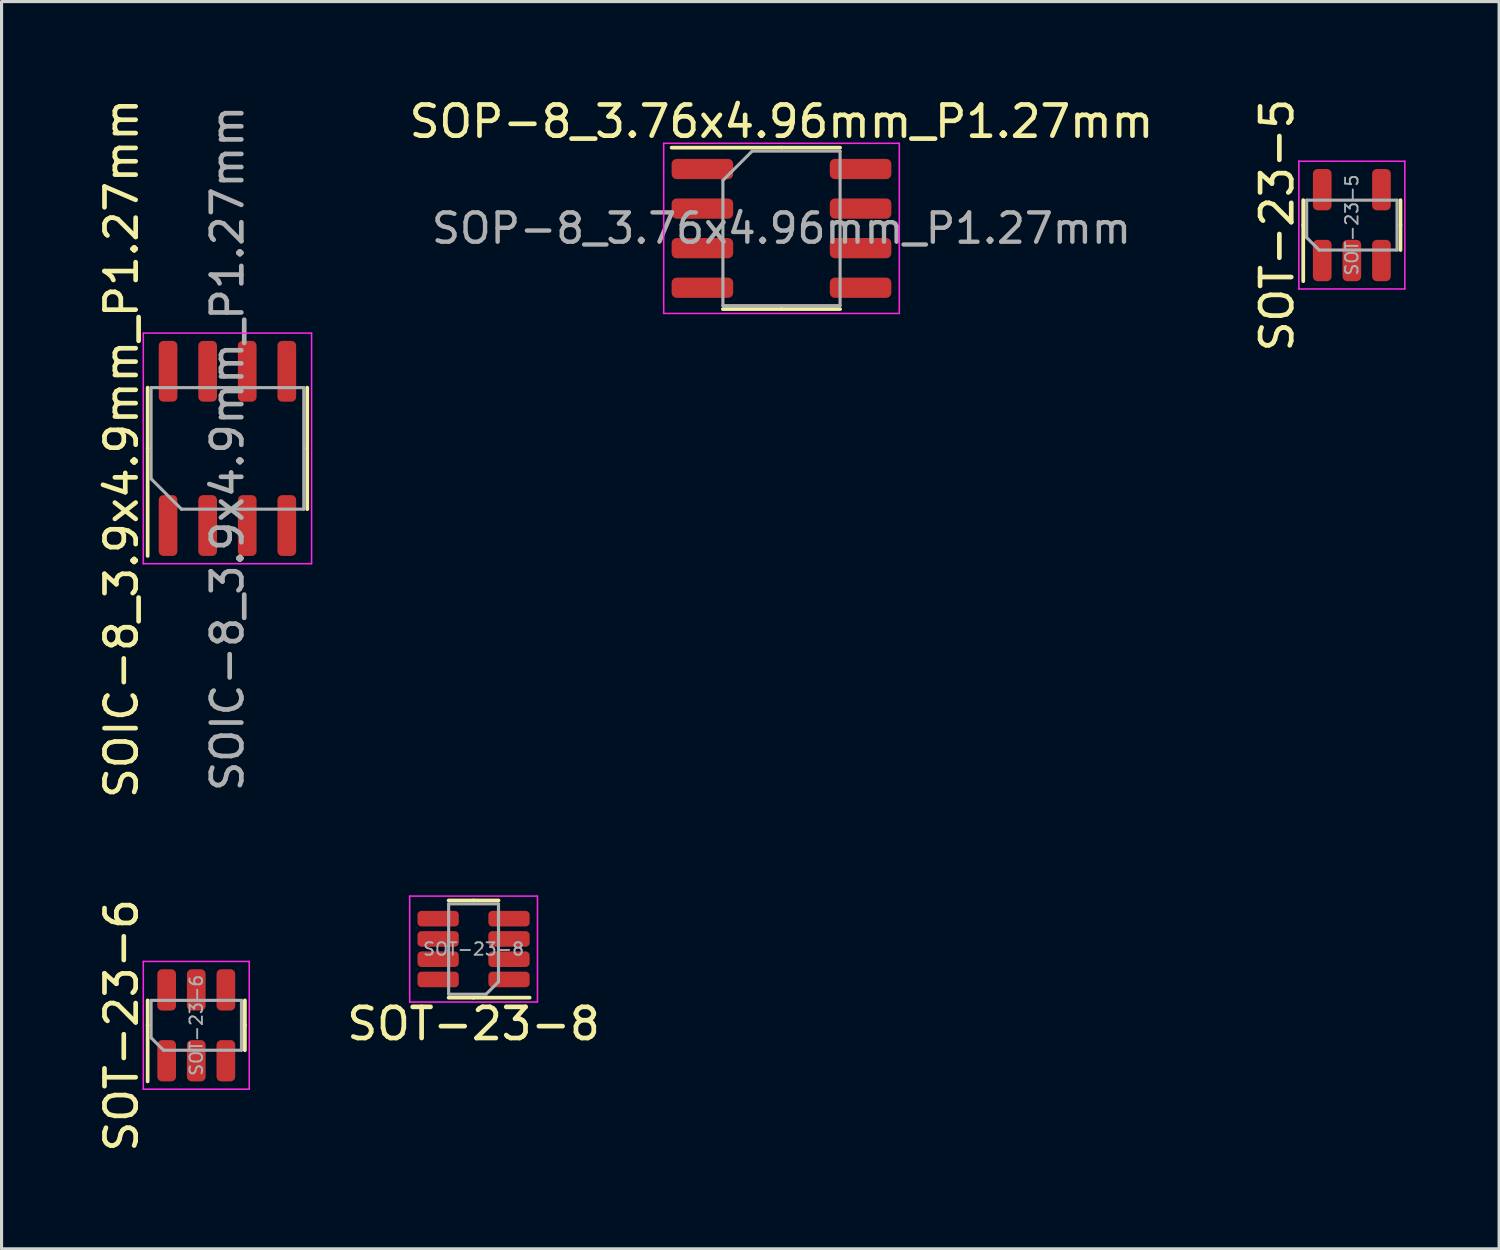
<source format=kicad_pcb>
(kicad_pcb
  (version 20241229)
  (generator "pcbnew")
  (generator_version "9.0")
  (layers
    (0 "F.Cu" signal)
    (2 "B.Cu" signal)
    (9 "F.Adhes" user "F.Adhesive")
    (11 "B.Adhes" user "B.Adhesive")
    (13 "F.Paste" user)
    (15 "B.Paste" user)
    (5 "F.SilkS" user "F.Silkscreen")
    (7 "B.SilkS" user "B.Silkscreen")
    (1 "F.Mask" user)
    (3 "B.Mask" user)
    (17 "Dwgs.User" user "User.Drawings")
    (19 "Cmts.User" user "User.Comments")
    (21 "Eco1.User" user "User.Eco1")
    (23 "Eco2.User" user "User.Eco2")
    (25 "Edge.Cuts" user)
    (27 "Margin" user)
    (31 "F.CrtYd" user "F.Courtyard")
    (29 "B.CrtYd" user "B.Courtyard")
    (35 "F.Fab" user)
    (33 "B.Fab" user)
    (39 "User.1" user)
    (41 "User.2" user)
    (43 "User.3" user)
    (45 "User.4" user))
  (footprint "SOT-23-5"
    (layer "F.Cu")
    (at 40.329 4.173)
    (property "Reference" "SOT-23-5" (at -2.4 0 90) (layer "F.SilkS") (effects (font (size 1 1) (thickness 0.15))))
    (attr smd)
    (fp_line (start -1.56 0) (end -1.56 -0.8) (stroke (width 0.12) (type solid)) (layer "F.SilkS"))
    (fp_line (start -1.56 0) (end -1.56 1.8) (stroke (width 0.12) (type solid)) (layer "F.SilkS"))
    (fp_line (start 1.56 0) (end 1.56 -0.8) (stroke (width 0.12) (type solid)) (layer "F.SilkS"))
    (fp_line (start 1.56 0) (end 1.56 0.8) (stroke (width 0.12) (type solid)) (layer "F.SilkS"))
    (fp_line (start -1.7 -2.05) (end -1.7 2.05) (stroke (width 0.05) (type solid)) (layer "F.CrtYd"))
    (fp_line (start -1.7 2.05) (end 1.7 2.05) (stroke (width 0.05) (type solid)) (layer "F.CrtYd"))
    (fp_line (start 1.7 -2.05) (end -1.7 -2.05) (stroke (width 0.05) (type solid)) (layer "F.CrtYd"))
    (fp_line (start 1.7 2.05) (end 1.7 -2.05) (stroke (width 0.05) (type solid)) (layer "F.CrtYd"))
    (fp_line (start -1.45 -0.8) (end 1.45 -0.8) (stroke (width 0.1) (type solid)) (layer "F.Fab"))
    (fp_line (start -1.45 0.4) (end -1.45 -0.8) (stroke (width 0.1) (type solid)) (layer "F.Fab"))
    (fp_line (start -1.05 0.8) (end -1.45 0.4) (stroke (width 0.1) (type solid)) (layer "F.Fab"))
    (fp_line (start 1.45 -0.8) (end 1.45 0.8) (stroke (width 0.1) (type solid)) (layer "F.Fab"))
    (fp_line (start 1.45 0.8) (end -1.05 0.8) (stroke (width 0.1) (type solid)) (layer "F.Fab"))
    (fp_text user "${REFERENCE}" (at 0 0 90) (layer "F.Fab") (effects (font (size 0.4 0.4) (thickness 0.06))))
    (pad "1" smd roundrect (at -0.95 1.137 90) (size 1.325 0.6) (layers "F.Cu" "F.Mask" "F.Paste") (roundrect_rratio 0.25))
    (pad "2" smd roundrect (at 0 1.137 90) (size 1.325 0.6) (layers "F.Cu" "F.Mask" "F.Paste") (roundrect_rratio 0.25))
    (pad "3" smd roundrect (at 0.95 1.137 90) (size 1.325 0.6) (layers "F.Cu" "F.Mask" "F.Paste") (roundrect_rratio 0.25))
    (pad "4" smd roundrect (at 0.95 -1.137 90) (size 1.325 0.6) (layers "F.Cu" "F.Mask" "F.Paste") (roundrect_rratio 0.25))
    (pad "5" smd roundrect (at -0.95 -1.137 90) (size 1.325 0.6) (layers "F.Cu" "F.Mask" "F.Paste") (roundrect_rratio 0.25)))
  (footprint "SOT-23-6"
    (layer "F.Cu")
    (at 3.248 29.851)
    (property "Reference" "SOT-23-6" (at -2.4 0 90) (layer "F.SilkS") (effects (font (size 1 1) (thickness 0.15))))
    (attr smd)
    (fp_line (start -1.56 0) (end -1.56 -0.8) (stroke (width 0.12) (type solid)) (layer "F.SilkS"))
    (fp_line (start -1.56 0) (end -1.56 1.8) (stroke (width 0.12) (type solid)) (layer "F.SilkS"))
    (fp_line (start 1.56 0) (end 1.56 -0.8) (stroke (width 0.12) (type solid)) (layer "F.SilkS"))
    (fp_line (start 1.56 0) (end 1.56 0.8) (stroke (width 0.12) (type solid)) (layer "F.SilkS"))
    (fp_line (start -1.7 -2.05) (end -1.7 2.05) (stroke (width 0.05) (type solid)) (layer "F.CrtYd"))
    (fp_line (start -1.7 2.05) (end 1.7 2.05) (stroke (width 0.05) (type solid)) (layer "F.CrtYd"))
    (fp_line (start 1.7 -2.05) (end -1.7 -2.05) (stroke (width 0.05) (type solid)) (layer "F.CrtYd"))
    (fp_line (start 1.7 2.05) (end 1.7 -2.05) (stroke (width 0.05) (type solid)) (layer "F.CrtYd"))
    (fp_line (start -1.45 -0.8) (end 1.45 -0.8) (stroke (width 0.1) (type solid)) (layer "F.Fab"))
    (fp_line (start -1.45 0.4) (end -1.45 -0.8) (stroke (width 0.1) (type solid)) (layer "F.Fab"))
    (fp_line (start -1.05 0.8) (end -1.45 0.4) (stroke (width 0.1) (type solid)) (layer "F.Fab"))
    (fp_line (start 1.45 -0.8) (end 1.45 0.8) (stroke (width 0.1) (type solid)) (layer "F.Fab"))
    (fp_line (start 1.45 0.8) (end -1.05 0.8) (stroke (width 0.1) (type solid)) (layer "F.Fab"))
    (fp_text user "${REFERENCE}" (at 0 0 90) (layer "F.Fab") (effects (font (size 0.4 0.4) (thickness 0.06))))
    (pad "1" smd roundrect (at -0.95 1.137 90) (size 1.325 0.6) (layers "F.Cu" "F.Mask" "F.Paste") (roundrect_rratio 0.25))
    (pad "2" smd roundrect (at 0 1.137 90) (size 1.325 0.6) (layers "F.Cu" "F.Mask" "F.Paste") (roundrect_rratio 0.25))
    (pad "3" smd roundrect (at 0.95 1.137 90) (size 1.325 0.6) (layers "F.Cu" "F.Mask" "F.Paste") (roundrect_rratio 0.25))
    (pad "4" smd roundrect (at 0.95 -1.137 90) (size 1.325 0.6) (layers "F.Cu" "F.Mask" "F.Paste") (roundrect_rratio 0.25))
    (pad "5" smd roundrect (at 0 -1.137 90) (size 1.325 0.6) (layers "F.Cu" "F.Mask" "F.Paste") (roundrect_rratio 0.25))
    (pad "6" smd roundrect (at -0.95 -1.137 90) (size 1.325 0.6) (layers "F.Cu" "F.Mask" "F.Paste") (roundrect_rratio 0.25)))
  (footprint "SOIC-8_3.9x4.9mm_P1.27mm"
    (layer "F.Cu")
    (at 4.248 11.339)
    (property "Reference" "SOIC-8_3.9x4.9mm_P1.27mm" (at -3.4 0 90) (layer "F.SilkS") (effects (font (size 1 1) (thickness 0.15))))
    (attr smd)
    (fp_line (start -2.56 0) (end -2.56 -1.95) (stroke (width 0.12) (type solid)) (layer "F.SilkS"))
    (fp_line (start -2.56 0) (end -2.56 3.45) (stroke (width 0.12) (type solid)) (layer "F.SilkS"))
    (fp_line (start 2.56 0) (end 2.56 -1.95) (stroke (width 0.12) (type solid)) (layer "F.SilkS"))
    (fp_line (start 2.56 0) (end 2.56 1.95) (stroke (width 0.12) (type solid)) (layer "F.SilkS"))
    (fp_line (start -2.7 -3.7) (end -2.7 3.7) (stroke (width 0.05) (type solid)) (layer "F.CrtYd"))
    (fp_line (start -2.7 3.7) (end 2.7 3.7) (stroke (width 0.05) (type solid)) (layer "F.CrtYd"))
    (fp_line (start 2.7 -3.7) (end -2.7 -3.7) (stroke (width 0.05) (type solid)) (layer "F.CrtYd"))
    (fp_line (start 2.7 3.7) (end 2.7 -3.7) (stroke (width 0.05) (type solid)) (layer "F.CrtYd"))
    (fp_line (start -2.45 -1.95) (end 2.45 -1.95) (stroke (width 0.1) (type solid)) (layer "F.Fab"))
    (fp_line (start -2.45 0.975) (end -2.45 -1.95) (stroke (width 0.1) (type solid)) (layer "F.Fab"))
    (fp_line (start -1.475 1.95) (end -2.45 0.975) (stroke (width 0.1) (type solid)) (layer "F.Fab"))
    (fp_line (start 2.45 -1.95) (end 2.45 1.95) (stroke (width 0.1) (type solid)) (layer "F.Fab"))
    (fp_line (start 2.45 1.95) (end -1.475 1.95) (stroke (width 0.1) (type solid)) (layer "F.Fab"))
    (fp_text user "${REFERENCE}" (at 0 0 90) (layer "F.Fab") (effects (font (size 0.98 0.98) (thickness 0.15))))
    (pad "1" smd roundrect (at -1.905 2.475 90) (size 1.95 0.6) (layers "F.Cu" "F.Mask" "F.Paste") (roundrect_rratio 0.25))
    (pad "2" smd roundrect (at -0.635 2.475 90) (size 1.95 0.6) (layers "F.Cu" "F.Mask" "F.Paste") (roundrect_rratio 0.25))
    (pad "3" smd roundrect (at 0.635 2.475 90) (size 1.95 0.6) (layers "F.Cu" "F.Mask" "F.Paste") (roundrect_rratio 0.25))
    (pad "4" smd roundrect (at 1.905 2.475 90) (size 1.95 0.6) (layers "F.Cu" "F.Mask" "F.Paste") (roundrect_rratio 0.25))
    (pad "5" smd roundrect (at 1.905 -2.475 90) (size 1.95 0.6) (layers "F.Cu" "F.Mask" "F.Paste") (roundrect_rratio 0.25))
    (pad "6" smd roundrect (at 0.635 -2.475 90) (size 1.95 0.6) (layers "F.Cu" "F.Mask" "F.Paste") (roundrect_rratio 0.25))
    (pad "7" smd roundrect (at -0.635 -2.475 90) (size 1.95 0.6) (layers "F.Cu" "F.Mask" "F.Paste") (roundrect_rratio 0.25))
    (pad "8" smd roundrect (at -1.905 -2.475 90) (size 1.95 0.6) (layers "F.Cu" "F.Mask" "F.Paste") (roundrect_rratio 0.25)))
  (footprint "SOT-23-8"
    (layer "F.Cu")
    (at 12.146 27.404)
    (property "Reference" "SOT-23-8" (at 0 2.4 180) (layer "F.SilkS") (effects (font (size 1 1) (thickness 0.15))))
    (attr smd)
    (fp_line (start 0 -1.56) (end -0.8 -1.56) (stroke (width 0.12) (type solid)) (layer "F.SilkS"))
    (fp_line (start 0 -1.56) (end 0.8 -1.56) (stroke (width 0.12) (type solid)) (layer "F.SilkS"))
    (fp_line (start 0 1.56) (end -0.8 1.56) (stroke (width 0.12) (type solid)) (layer "F.SilkS"))
    (fp_line (start 0 1.56) (end 1.8 1.56) (stroke (width 0.12) (type solid)) (layer "F.SilkS"))
    (fp_line (start -2.05 -1.7) (end -2.05 1.7) (stroke (width 0.05) (type solid)) (layer "F.CrtYd"))
    (fp_line (start -2.05 1.7) (end 2.05 1.7) (stroke (width 0.05) (type solid)) (layer "F.CrtYd"))
    (fp_line (start 2.05 -1.7) (end -2.05 -1.7) (stroke (width 0.05) (type solid)) (layer "F.CrtYd"))
    (fp_line (start 2.05 1.7) (end 2.05 -1.7) (stroke (width 0.05) (type solid)) (layer "F.CrtYd"))
    (fp_line (start -0.8 -1.45) (end 0.8 -1.45) (stroke (width 0.1) (type solid)) (layer "F.Fab"))
    (fp_line (start -0.8 1.45) (end -0.8 -1.45) (stroke (width 0.1) (type solid)) (layer "F.Fab"))
    (fp_line (start 0.4 1.45) (end -0.8 1.45) (stroke (width 0.1) (type solid)) (layer "F.Fab"))
    (fp_line (start 0.8 -1.45) (end 0.8 1.05) (stroke (width 0.1) (type solid)) (layer "F.Fab"))
    (fp_line (start 0.8 1.05) (end 0.4 1.45) (stroke (width 0.1) (type solid)) (layer "F.Fab"))
    (fp_text user "${REFERENCE}" (at 0 0 180) (layer "F.Fab") (effects (font (size 0.4 0.4) (thickness 0.06))))
    (pad "1" smd roundrect (at 1.137 0.975 180) (size 1.325 0.5) (layers "F.Cu" "F.Mask" "F.Paste") (roundrect_rratio 0.25))
    (pad "2" smd roundrect (at 1.137 0.325 180) (size 1.325 0.5) (layers "F.Cu" "F.Mask" "F.Paste") (roundrect_rratio 0.25))
    (pad "3" smd roundrect (at 1.137 -0.325 180) (size 1.325 0.5) (layers "F.Cu" "F.Mask" "F.Paste") (roundrect_rratio 0.25))
    (pad "4" smd roundrect (at 1.137 -0.975 180) (size 1.325 0.5) (layers "F.Cu" "F.Mask" "F.Paste") (roundrect_rratio 0.25))
    (pad "5" smd roundrect (at -1.137 -0.975 180) (size 1.325 0.5) (layers "F.Cu" "F.Mask" "F.Paste") (roundrect_rratio 0.25))
    (pad "6" smd roundrect (at -1.137 -0.325 180) (size 1.325 0.5) (layers "F.Cu" "F.Mask" "F.Paste") (roundrect_rratio 0.25))
    (pad "7" smd roundrect (at -1.137 0.325 180) (size 1.325 0.5) (layers "F.Cu" "F.Mask" "F.Paste") (roundrect_rratio 0.25))
    (pad "8" smd roundrect (at -1.137 0.975 180) (size 1.325 0.5) (layers "F.Cu" "F.Mask" "F.Paste") (roundrect_rratio 0.25)))
  (footprint "SOP-8_3.76x4.96mm_P1.27mm"
    (layer "F.Cu")
    (at 22.027 4.278)
    (property "Reference" "SOP-8_3.76x4.96mm_P1.27mm" (at 0 -3.43 0) (layer "F.SilkS") (effects (font (size 1 1) (thickness 0.15))))
    (attr smd)
    (fp_line (start 0 -2.59) (end -3.525 -2.59) (stroke (width 0.12) (type solid)) (layer "F.SilkS"))
    (fp_line (start 0 -2.59) (end 1.88 -2.59) (stroke (width 0.12) (type solid)) (layer "F.SilkS"))
    (fp_line (start 0 2.59) (end -1.88 2.59) (stroke (width 0.12) (type solid)) (layer "F.SilkS"))
    (fp_line (start 0 2.59) (end 1.88 2.59) (stroke (width 0.12) (type solid)) (layer "F.SilkS"))
    (fp_line (start -3.78 -2.73) (end -3.78 2.73) (stroke (width 0.05) (type solid)) (layer "F.CrtYd"))
    (fp_line (start -3.78 2.73) (end 3.78 2.73) (stroke (width 0.05) (type solid)) (layer "F.CrtYd"))
    (fp_line (start 3.78 -2.73) (end -3.78 -2.73) (stroke (width 0.05) (type solid)) (layer "F.CrtYd"))
    (fp_line (start 3.78 2.73) (end 3.78 -2.73) (stroke (width 0.05) (type solid)) (layer "F.CrtYd"))
    (fp_line (start -1.88 -1.54) (end -0.94 -2.48) (stroke (width 0.1) (type solid)) (layer "F.Fab"))
    (fp_line (start -1.88 2.48) (end -1.88 -1.54) (stroke (width 0.1) (type solid)) (layer "F.Fab"))
    (fp_line (start -0.94 -2.48) (end 1.88 -2.48) (stroke (width 0.1) (type solid)) (layer "F.Fab"))
    (fp_line (start 1.88 -2.48) (end 1.88 2.48) (stroke (width 0.1) (type solid)) (layer "F.Fab"))
    (fp_line (start 1.88 2.48) (end -1.88 2.48) (stroke (width 0.1) (type solid)) (layer "F.Fab"))
    (fp_text user "${REFERENCE}" (at 0 0 0) (layer "F.Fab") (effects (font (size 0.94 0.94) (thickness 0.14))))
    (pad "1" smd roundrect (at -2.538 -1.905) (size 1.975 0.65) (layers "F.Cu" "F.Mask" "F.Paste") (roundrect_rratio 0.25))
    (pad "2" smd roundrect (at -2.538 -0.635) (size 1.975 0.65) (layers "F.Cu" "F.Mask" "F.Paste") (roundrect_rratio 0.25))
    (pad "3" smd roundrect (at -2.538 0.635) (size 1.975 0.65) (layers "F.Cu" "F.Mask" "F.Paste") (roundrect_rratio 0.25))
    (pad "4" smd roundrect (at -2.538 1.905) (size 1.975 0.65) (layers "F.Cu" "F.Mask" "F.Paste") (roundrect_rratio 0.25))
    (pad "5" smd roundrect (at 2.538 1.905) (size 1.975 0.65) (layers "F.Cu" "F.Mask" "F.Paste") (roundrect_rratio 0.25))
    (pad "6" smd roundrect (at 2.538 0.635) (size 1.975 0.65) (layers "F.Cu" "F.Mask" "F.Paste") (roundrect_rratio 0.25))
    (pad "7" smd roundrect (at 2.538 -0.635) (size 1.975 0.65) (layers "F.Cu" "F.Mask" "F.Paste") (roundrect_rratio 0.25))
    (pad "8" smd roundrect (at 2.538 -1.905) (size 1.975 0.65) (layers "F.Cu" "F.Mask" "F.Paste") (roundrect_rratio 0.25)))
  (gr_rect
    (start -3 -3)
    (end 45.054 37.024)
    (stroke (width 0.1) (type default))
    (fill no)
    (layer "Edge.Cuts")))
</source>
